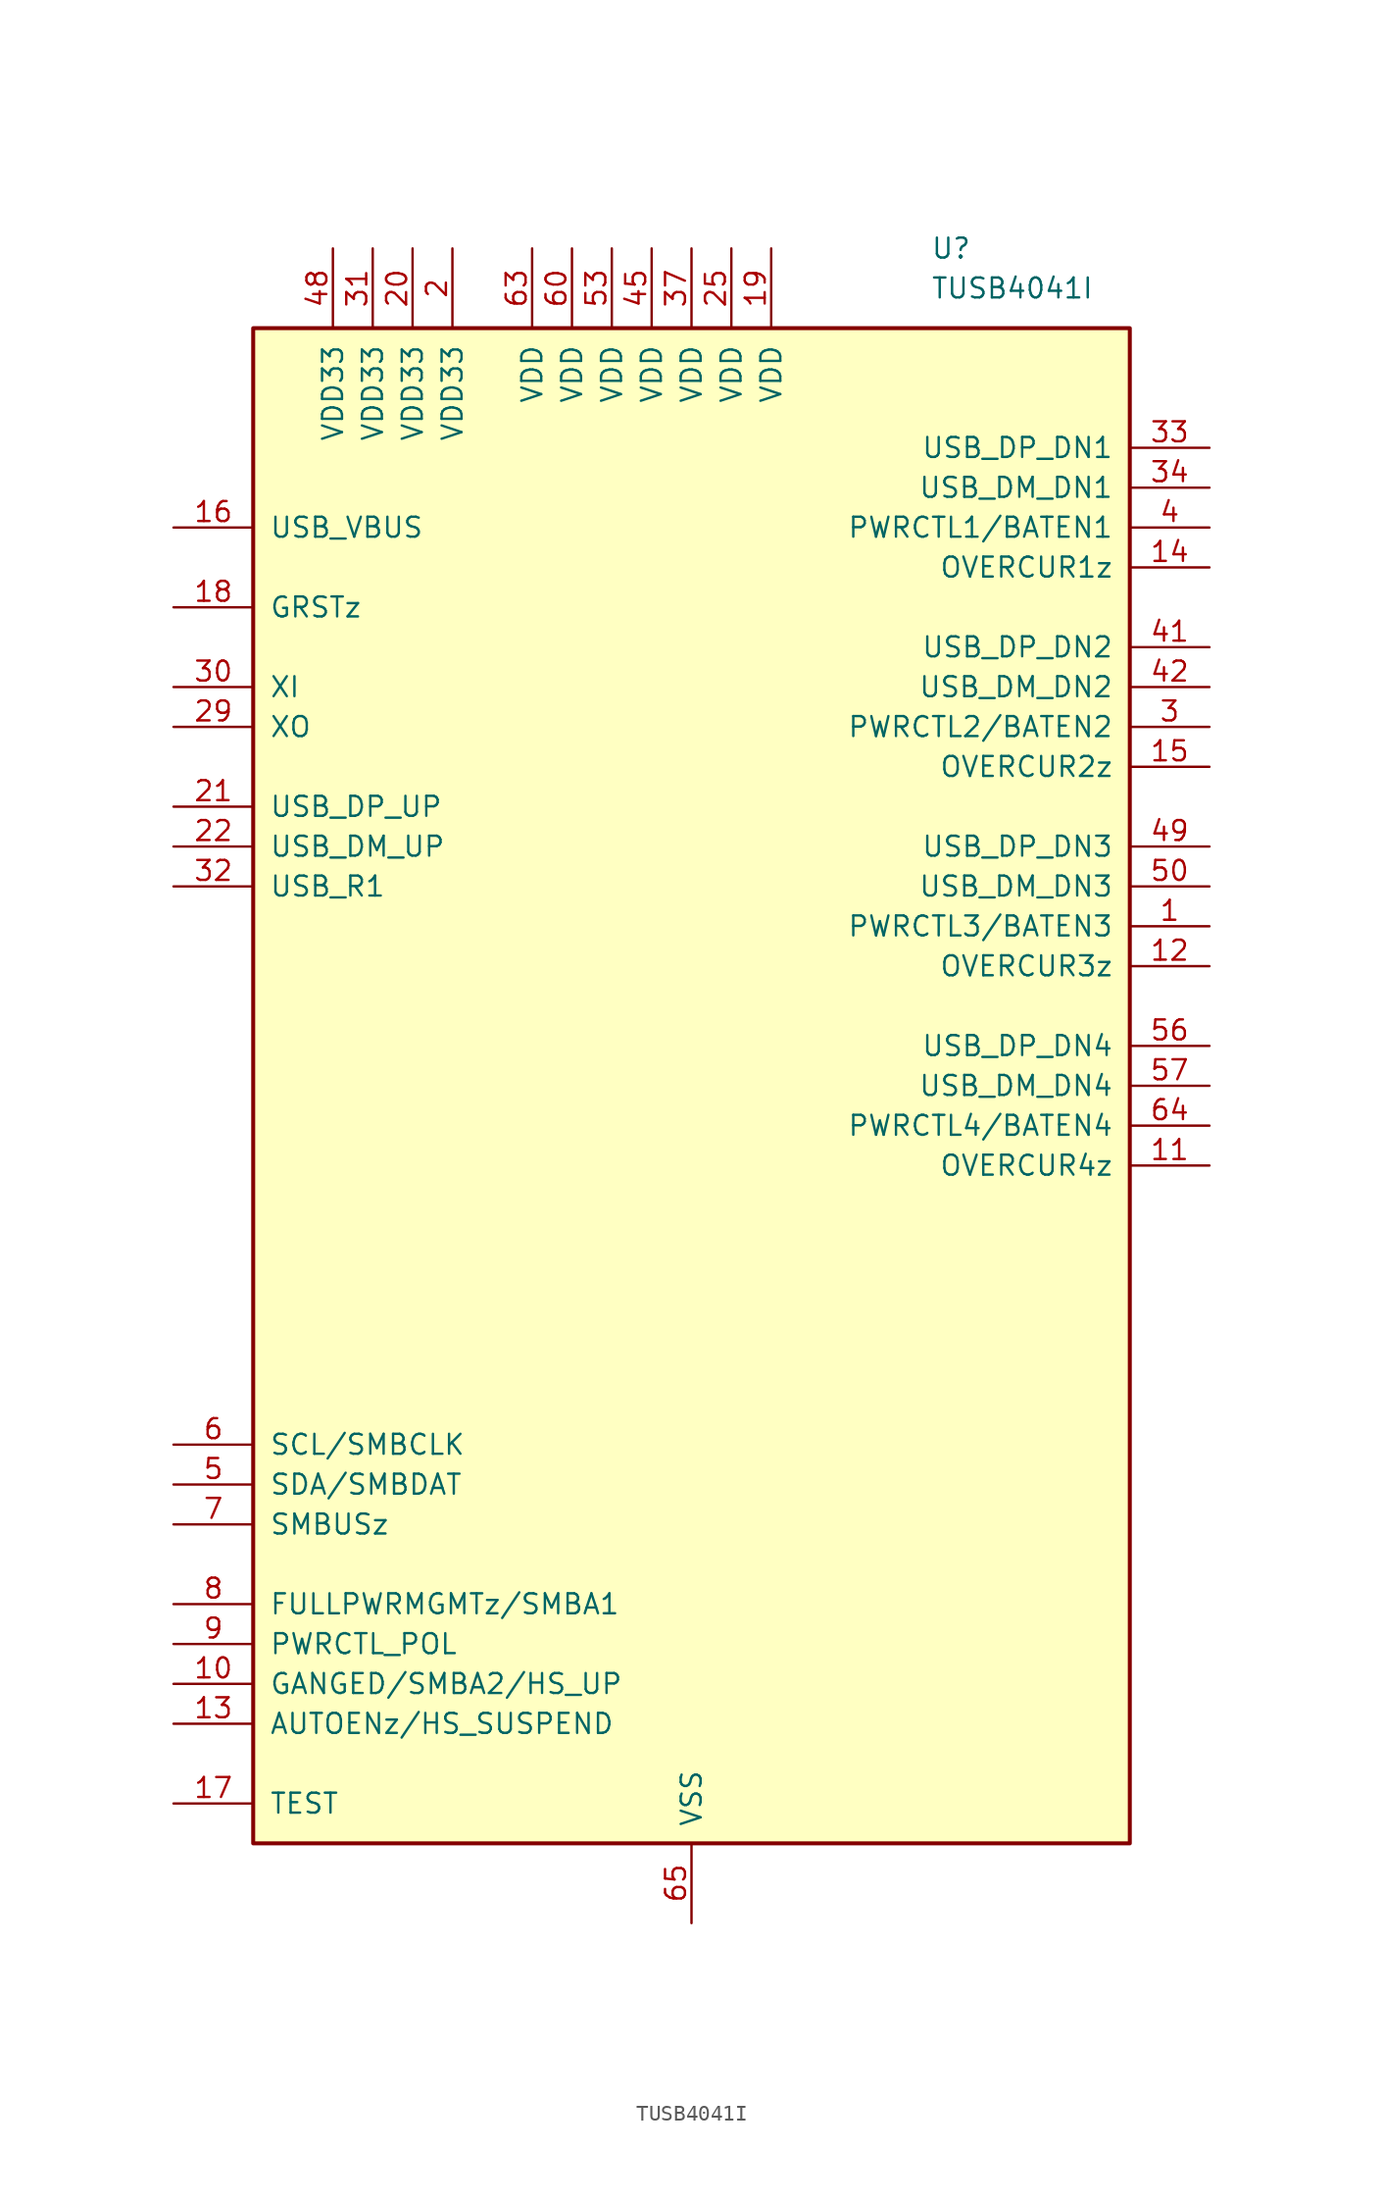
<source format=kicad_sym>
(kicad_symbol_lib
  (version 20220914)
  (generator kicad_symbol_editor)
  (symbol "TUSB4041I"
    (pin_names
      (offset 1.016))
    (property "Reference" "U"
      (at 15.24 53.34 0)
      (effects (font (size 1.27 1.27)) (justify left)))
    (property "Value" "TUSB4041I"
      (at 15.24 50.8 0)
      (effects (font (size 1.27 1.27)) (justify left)))
    (symbol "TUSB4041I_0_1"
      (rectangle (start -27.94 48.26) (end 27.94 -48.26) (stroke (width 0.254) (type default)) (fill (type background))))
    (symbol "TUSB4041I_1_1"
      (pin bidirectional line (at 33.02 10.16 180) (length 5.08) (name "PWRCTL3/BATEN3" (effects (font (size 1.27 1.27)))) (number "1" (effects (font (size 1.27 1.27)))))
      (pin bidirectional line (at -33.02 -38.1 0) (length 5.08) (name "GANGED/SMBA2/HS_UP" (effects (font (size 1.27 1.27)))) (number "10" (effects (font (size 1.27 1.27)))))
      (pin input line (at 33.02 -5.08 180) (length 5.08) (name "OVERCUR4z" (effects (font (size 1.27 1.27)))) (number "11" (effects (font (size 1.27 1.27)))))
      (pin input line (at 33.02 7.62 180) (length 5.08) (name "OVERCUR3z" (effects (font (size 1.27 1.27)))) (number "12" (effects (font (size 1.27 1.27)))))
      (pin bidirectional line (at -33.02 -40.64 0) (length 5.08) (name "AUTOENz/HS_SUSPEND" (effects (font (size 1.27 1.27)))) (number "13" (effects (font (size 1.27 1.27)))))
      (pin input line (at 33.02 33.02 180) (length 5.08) (name "OVERCUR1z" (effects (font (size 1.27 1.27)))) (number "14" (effects (font (size 1.27 1.27)))))
      (pin input line (at 33.02 20.32 180) (length 5.08) (name "OVERCUR2z" (effects (font (size 1.27 1.27)))) (number "15" (effects (font (size 1.27 1.27)))))
      (pin input line (at -33.02 35.56 0) (length 5.08) (name "USB_VBUS" (effects (font (size 1.27 1.27)))) (number "16" (effects (font (size 1.27 1.27)))))
      (pin input line (at -33.02 -45.72 0) (length 5.08) (name "TEST" (effects (font (size 1.27 1.27)))) (number "17" (effects (font (size 1.27 1.27)))))
      (pin input line (at -33.02 30.48 0) (length 5.08) (name "GRSTz" (effects (font (size 1.27 1.27)))) (number "18" (effects (font (size 1.27 1.27)))))
      (pin power_in line (at 5.08 53.34 270) (length 5.08) (name "VDD" (effects (font (size 1.27 1.27)))) (number "19" (effects (font (size 1.27 1.27)))))
      (pin power_in line (at -15.24 53.34 270) (length 5.08) (name "VDD33" (effects (font (size 1.27 1.27)))) (number "2" (effects (font (size 1.27 1.27)))))
      (pin power_in line (at -17.78 53.34 270) (length 5.08) (name "VDD33" (effects (font (size 1.27 1.27)))) (number "20" (effects (font (size 1.27 1.27)))))
      (pin bidirectional line (at -33.02 17.78 0) (length 5.08) (name "USB_DP_UP" (effects (font (size 1.27 1.27)))) (number "21" (effects (font (size 1.27 1.27)))))
      (pin bidirectional line (at -33.02 15.24 0) (length 5.08) (name "USB_DM_UP" (effects (font (size 1.27 1.27)))) (number "22" (effects (font (size 1.27 1.27)))))
      (pin bidirectional line (at 33.02 -17.78 180) (length 5.08) hide (name "RSVD" (effects (font (size 1.27 1.27)))) (number "23" (effects (font (size 1.27 1.27)))))
      (pin bidirectional line (at 33.02 -20.32 180) (length 5.08) hide (name "RSVD" (effects (font (size 1.27 1.27)))) (number "24" (effects (font (size 1.27 1.27)))))
      (pin power_in line (at 2.54 53.34 270) (length 5.08) (name "VDD" (effects (font (size 1.27 1.27)))) (number "25" (effects (font (size 1.27 1.27)))))
      (pin bidirectional line (at 33.02 -22.86 180) (length 5.08) hide (name "RSVD" (effects (font (size 1.27 1.27)))) (number "26" (effects (font (size 1.27 1.27)))))
      (pin bidirectional line (at 33.02 -25.4 180) (length 5.08) hide (name "RSVD" (effects (font (size 1.27 1.27)))) (number "27" (effects (font (size 1.27 1.27)))))
      (pin no_connect line (at 33.02 -43.18 180) (length 5.08) hide (name "NC" (effects (font (size 1.27 1.27)))) (number "28" (effects (font (size 1.27 1.27)))))
      (pin output line (at -33.02 22.86 0) (length 5.08) (name "XO" (effects (font (size 1.27 1.27)))) (number "29" (effects (font (size 1.27 1.27)))))
      (pin bidirectional line (at 33.02 22.86 180) (length 5.08) (name "PWRCTL2/BATEN2" (effects (font (size 1.27 1.27)))) (number "3" (effects (font (size 1.27 1.27)))))
      (pin input line (at -33.02 25.4 0) (length 5.08) (name "XI" (effects (font (size 1.27 1.27)))) (number "30" (effects (font (size 1.27 1.27)))))
      (pin power_in line (at -20.32 53.34 270) (length 5.08) (name "VDD33" (effects (font (size 1.27 1.27)))) (number "31" (effects (font (size 1.27 1.27)))))
      (pin input line (at -33.02 12.7 0) (length 5.08) (name "USB_R1" (effects (font (size 1.27 1.27)))) (number "32" (effects (font (size 1.27 1.27)))))
      (pin bidirectional line (at 33.02 40.64 180) (length 5.08) (name "USB_DP_DN1" (effects (font (size 1.27 1.27)))) (number "33" (effects (font (size 1.27 1.27)))))
      (pin bidirectional line (at 33.02 38.1 180) (length 5.08) (name "USB_DM_DN1" (effects (font (size 1.27 1.27)))) (number "34" (effects (font (size 1.27 1.27)))))
      (pin bidirectional line (at 33.02 -27.94 180) (length 5.08) hide (name "RSVD" (effects (font (size 1.27 1.27)))) (number "35" (effects (font (size 1.27 1.27)))))
      (pin bidirectional line (at 33.02 -30.48 180) (length 5.08) hide (name "RSVD" (effects (font (size 1.27 1.27)))) (number "36" (effects (font (size 1.27 1.27)))))
      (pin power_in line (at 0 53.34 270) (length 5.08) (name "VDD" (effects (font (size 1.27 1.27)))) (number "37" (effects (font (size 1.27 1.27)))))
      (pin bidirectional line (at 33.02 -33.02 180) (length 5.08) hide (name "RSVD" (effects (font (size 1.27 1.27)))) (number "38" (effects (font (size 1.27 1.27)))))
      (pin bidirectional line (at 33.02 -35.56 180) (length 5.08) hide (name "RSVD" (effects (font (size 1.27 1.27)))) (number "39" (effects (font (size 1.27 1.27)))))
      (pin bidirectional line (at 33.02 35.56 180) (length 5.08) (name "PWRCTL1/BATEN1" (effects (font (size 1.27 1.27)))) (number "4" (effects (font (size 1.27 1.27)))))
      (pin no_connect line (at 33.02 -45.72 180) (length 5.08) hide (name "NC" (effects (font (size 1.27 1.27)))) (number "40" (effects (font (size 1.27 1.27)))))
      (pin bidirectional line (at 33.02 27.94 180) (length 5.08) (name "USB_DP_DN2" (effects (font (size 1.27 1.27)))) (number "41" (effects (font (size 1.27 1.27)))))
      (pin bidirectional line (at 33.02 25.4 180) (length 5.08) (name "USB_DM_DN2" (effects (font (size 1.27 1.27)))) (number "42" (effects (font (size 1.27 1.27)))))
      (pin bidirectional line (at 33.02 -38.1 180) (length 5.08) hide (name "RSVD" (effects (font (size 1.27 1.27)))) (number "43" (effects (font (size 1.27 1.27)))))
      (pin bidirectional line (at -33.02 7.62 0) (length 5.08) hide (name "RSVD" (effects (font (size 1.27 1.27)))) (number "44" (effects (font (size 1.27 1.27)))))
      (pin power_in line (at -2.54 53.34 270) (length 5.08) (name "VDD" (effects (font (size 1.27 1.27)))) (number "45" (effects (font (size 1.27 1.27)))))
      (pin bidirectional line (at -33.02 5.08 0) (length 5.08) hide (name "RSVD" (effects (font (size 1.27 1.27)))) (number "46" (effects (font (size 1.27 1.27)))))
      (pin bidirectional line (at -33.02 2.54 0) (length 5.08) hide (name "RSVD" (effects (font (size 1.27 1.27)))) (number "47" (effects (font (size 1.27 1.27)))))
      (pin power_in line (at -22.86 53.34 270) (length 5.08) (name "VDD33" (effects (font (size 1.27 1.27)))) (number "48" (effects (font (size 1.27 1.27)))))
      (pin bidirectional line (at 33.02 15.24 180) (length 5.08) (name "USB_DP_DN3" (effects (font (size 1.27 1.27)))) (number "49" (effects (font (size 1.27 1.27)))))
      (pin bidirectional line (at -33.02 -25.4 0) (length 5.08) (name "SDA/SMBDAT" (effects (font (size 1.27 1.27)))) (number "5" (effects (font (size 1.27 1.27)))))
      (pin bidirectional line (at 33.02 12.7 180) (length 5.08) (name "USB_DM_DN3" (effects (font (size 1.27 1.27)))) (number "50" (effects (font (size 1.27 1.27)))))
      (pin bidirectional line (at -33.02 0 0) (length 5.08) hide (name "RSVD" (effects (font (size 1.27 1.27)))) (number "51" (effects (font (size 1.27 1.27)))))
      (pin bidirectional line (at -33.02 -2.54 0) (length 5.08) hide (name "RSVD" (effects (font (size 1.27 1.27)))) (number "52" (effects (font (size 1.27 1.27)))))
      (pin power_in line (at -5.08 53.34 270) (length 5.08) (name "VDD" (effects (font (size 1.27 1.27)))) (number "53" (effects (font (size 1.27 1.27)))))
      (pin bidirectional line (at -33.02 -5.08 0) (length 5.08) hide (name "RSVD" (effects (font (size 1.27 1.27)))) (number "54" (effects (font (size 1.27 1.27)))))
      (pin bidirectional line (at -33.02 -7.62 0) (length 5.08) hide (name "RSVD" (effects (font (size 1.27 1.27)))) (number "55" (effects (font (size 1.27 1.27)))))
      (pin bidirectional line (at 33.02 2.54 180) (length 5.08) (name "USB_DP_DN4" (effects (font (size 1.27 1.27)))) (number "56" (effects (font (size 1.27 1.27)))))
      (pin bidirectional line (at 33.02 0 180) (length 5.08) (name "USB_DM_DN4" (effects (font (size 1.27 1.27)))) (number "57" (effects (font (size 1.27 1.27)))))
      (pin bidirectional line (at -33.02 -10.16 0) (length 5.08) hide (name "RSVD" (effects (font (size 1.27 1.27)))) (number "58" (effects (font (size 1.27 1.27)))))
      (pin bidirectional line (at -33.02 -12.7 0) (length 5.08) hide (name "RSVD" (effects (font (size 1.27 1.27)))) (number "59" (effects (font (size 1.27 1.27)))))
      (pin bidirectional line (at -33.02 -22.86 0) (length 5.08) (name "SCL/SMBCLK" (effects (font (size 1.27 1.27)))) (number "6" (effects (font (size 1.27 1.27)))))
      (pin power_in line (at -7.62 53.34 270) (length 5.08) (name "VDD" (effects (font (size 1.27 1.27)))) (number "60" (effects (font (size 1.27 1.27)))))
      (pin bidirectional line (at -33.02 -15.24 0) (length 5.08) hide (name "RSVD" (effects (font (size 1.27 1.27)))) (number "61" (effects (font (size 1.27 1.27)))))
      (pin bidirectional line (at -33.02 -17.78 0) (length 5.08) hide (name "RSVD" (effects (font (size 1.27 1.27)))) (number "62" (effects (font (size 1.27 1.27)))))
      (pin power_in line (at -10.16 53.34 270) (length 5.08) (name "VDD" (effects (font (size 1.27 1.27)))) (number "63" (effects (font (size 1.27 1.27)))))
      (pin bidirectional line (at 33.02 -2.54 180) (length 5.08) (name "PWRCTL4/BATEN4" (effects (font (size 1.27 1.27)))) (number "64" (effects (font (size 1.27 1.27)))))
      (pin power_in line (at 0 -53.34 90) (length 5.08) (name "VSS" (effects (font (size 1.27 1.27)))) (number "65" (effects (font (size 1.27 1.27)))))
      (pin bidirectional line (at -33.02 -27.94 0) (length 5.08) (name "SMBUSz" (effects (font (size 1.27 1.27)))) (number "7" (effects (font (size 1.27 1.27)))))
      (pin bidirectional line (at -33.02 -33.02 0) (length 5.08) (name "FULLPWRMGMTz/SMBA1" (effects (font (size 1.27 1.27)))) (number "8" (effects (font (size 1.27 1.27)))))
      (pin bidirectional line (at -33.02 -35.56 0) (length 5.08) (name "PWRCTL_POL" (effects (font (size 1.27 1.27)))) (number "9" (effects (font (size 1.27 1.27))))))))
</source>
